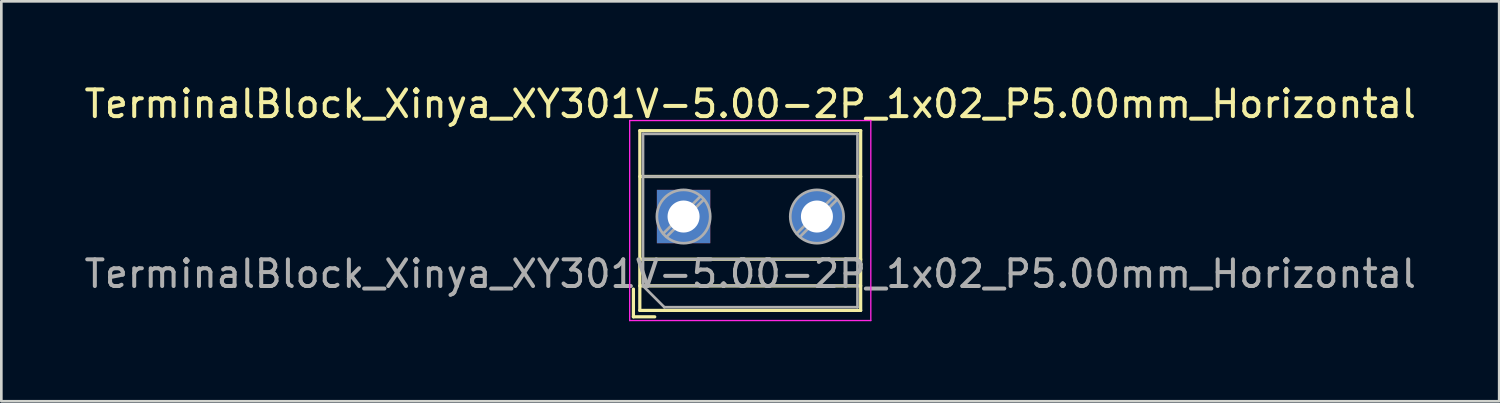
<source format=kicad_pcb>
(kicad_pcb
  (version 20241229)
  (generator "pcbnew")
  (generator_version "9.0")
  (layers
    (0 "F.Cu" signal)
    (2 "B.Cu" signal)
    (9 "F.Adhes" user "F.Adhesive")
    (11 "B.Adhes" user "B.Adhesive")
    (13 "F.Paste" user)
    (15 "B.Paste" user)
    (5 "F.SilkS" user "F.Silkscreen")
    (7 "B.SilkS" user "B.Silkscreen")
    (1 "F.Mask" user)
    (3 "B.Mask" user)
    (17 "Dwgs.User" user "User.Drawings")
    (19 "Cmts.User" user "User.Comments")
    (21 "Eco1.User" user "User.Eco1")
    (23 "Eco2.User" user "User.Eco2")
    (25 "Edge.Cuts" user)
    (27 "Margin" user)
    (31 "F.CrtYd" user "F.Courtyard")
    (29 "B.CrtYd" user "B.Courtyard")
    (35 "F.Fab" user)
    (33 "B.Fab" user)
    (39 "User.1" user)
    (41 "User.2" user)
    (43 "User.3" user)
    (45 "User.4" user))
  (footprint "TerminalBlock_Xinya_XY301V-5.00-2P_1x02_P5.00mm_Horizontal"
    (layer "F.Cu")
    (at 22.577 5.068)
    (property "Reference" "TerminalBlock_Xinya_XY301V-5.00-2P_1x02_P5.00mm_Horizontal" (at 2.5 -4.22 0) (layer "F.SilkS") (effects (font (size 1 1) (thickness 0.15))))
    (attr through_hole)
    (fp_line (start -1.88 2.72) (end -1.88 3.76) (stroke (width 0.12) (type solid)) (layer "F.SilkS"))
    (fp_line (start -1.88 3.76) (end -1.08 3.76) (stroke (width 0.12) (type solid)) (layer "F.SilkS"))
    (fp_line (start -1.64 -3.22) (end -1.64 3.52) (stroke (width 0.12) (type solid)) (layer "F.SilkS"))
    (fp_line (start -1.64 -3.22) (end 6.64 -3.22) (stroke (width 0.12) (type solid)) (layer "F.SilkS"))
    (fp_line (start -1.64 -1.501) (end 6.64 -1.501) (stroke (width 0.12) (type solid)) (layer "F.SilkS"))
    (fp_line (start -1.64 1.6) (end 6.64 1.6) (stroke (width 0.12) (type solid)) (layer "F.SilkS"))
    (fp_line (start -1.64 2.6) (end 6.64 2.6) (stroke (width 0.12) (type solid)) (layer "F.SilkS"))
    (fp_line (start -1.64 3.52) (end 6.64 3.52) (stroke (width 0.12) (type solid)) (layer "F.SilkS"))
    (fp_line (start 6.64 -3.22) (end 6.64 3.52) (stroke (width 0.12) (type solid)) (layer "F.SilkS"))
    (fp_line (start -2.02 -3.6) (end -2.02 3.9) (stroke (width 0.05) (type solid)) (layer "F.CrtYd"))
    (fp_line (start -2.02 3.9) (end 7.02 3.9) (stroke (width 0.05) (type solid)) (layer "F.CrtYd"))
    (fp_line (start 7.02 -3.6) (end -2.02 -3.6) (stroke (width 0.05) (type solid)) (layer "F.CrtYd"))
    (fp_line (start 7.02 3.9) (end 7.02 -3.6) (stroke (width 0.05) (type solid)) (layer "F.CrtYd"))
    (fp_line (start -1.52 -3.1) (end 6.52 -3.1) (stroke (width 0.1) (type solid)) (layer "F.Fab"))
    (fp_line (start -1.52 -1.5) (end 6.52 -1.5) (stroke (width 0.1) (type solid)) (layer "F.Fab"))
    (fp_line (start -1.52 1.6) (end 6.52 1.6) (stroke (width 0.1) (type solid)) (layer "F.Fab"))
    (fp_line (start -1.52 2.6) (end -1.52 -3.1) (stroke (width 0.1) (type solid)) (layer "F.Fab"))
    (fp_line (start -1.52 2.6) (end 6.52 2.6) (stroke (width 0.1) (type solid)) (layer "F.Fab"))
    (fp_line (start -0.72 3.4) (end -1.52 2.6) (stroke (width 0.1) (type solid)) (layer "F.Fab"))
    (fp_line (start 0.637 -0.759) (end -0.759 0.637) (stroke (width 0.1) (type solid)) (layer "F.Fab"))
    (fp_line (start 0.759 -0.637) (end -0.637 0.759) (stroke (width 0.1) (type solid)) (layer "F.Fab"))
    (fp_line (start 5.637 -0.759) (end 4.242 0.637) (stroke (width 0.1) (type solid)) (layer "F.Fab"))
    (fp_line (start 5.759 -0.637) (end 4.364 0.759) (stroke (width 0.1) (type solid)) (layer "F.Fab"))
    (fp_line (start 6.52 -3.1) (end 6.52 3.4) (stroke (width 0.1) (type solid)) (layer "F.Fab"))
    (fp_line (start 6.52 3.4) (end -0.72 3.4) (stroke (width 0.1) (type solid)) (layer "F.Fab"))
    (fp_circle (center 0 0) (end 1 0) (stroke (width 0.1) (type solid)) (fill no) (layer "F.Fab"))
    (fp_circle (center 5 0) (end 6 0) (stroke (width 0.1) (type solid)) (fill no) (layer "F.Fab"))
    (fp_text user "${REFERENCE}" (at 2.5 2.15 0) (layer "F.Fab") (effects (font (size 1 1) (thickness 0.15))))
    (pad "1" thru_hole rect (at 0 0) (size 2 2) (drill 1.2) (layers "*.Cu" "*.Mask"))
    (pad "2" thru_hole circle (at 5 0) (size 2 2) (drill 1.2) (layers "*.Cu" "*.Mask")))
  (gr_rect
    (start -3 -3)
    (end 53.155 11.993)
    (stroke (width 0.1) (type default))
    (fill no)
    (layer "Edge.Cuts")))
</source>
